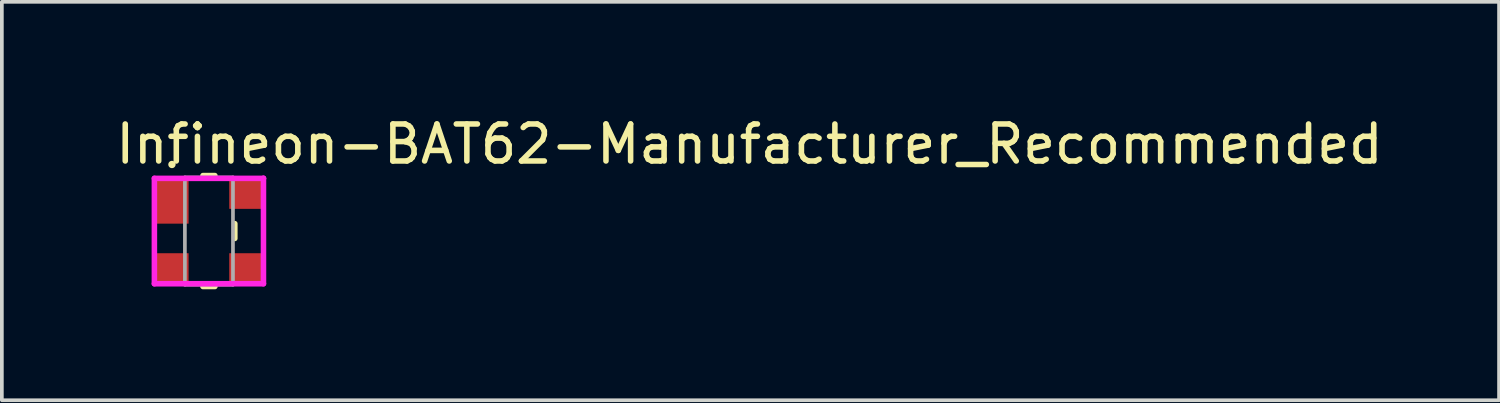
<source format=kicad_pcb>
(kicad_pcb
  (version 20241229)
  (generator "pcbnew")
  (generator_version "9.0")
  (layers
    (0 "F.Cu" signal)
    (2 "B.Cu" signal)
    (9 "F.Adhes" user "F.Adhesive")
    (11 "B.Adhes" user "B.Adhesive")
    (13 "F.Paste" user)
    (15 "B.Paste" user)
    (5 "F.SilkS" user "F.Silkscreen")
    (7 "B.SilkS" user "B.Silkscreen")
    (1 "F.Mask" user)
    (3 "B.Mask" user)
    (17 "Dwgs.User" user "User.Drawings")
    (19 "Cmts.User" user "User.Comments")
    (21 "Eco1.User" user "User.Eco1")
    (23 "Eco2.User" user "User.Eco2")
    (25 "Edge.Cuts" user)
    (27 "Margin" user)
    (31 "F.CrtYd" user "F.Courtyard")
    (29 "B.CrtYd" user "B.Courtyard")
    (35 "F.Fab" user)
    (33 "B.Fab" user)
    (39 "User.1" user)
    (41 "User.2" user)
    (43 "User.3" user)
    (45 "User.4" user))
  (footprint "Infineon-BAT62-Manufacturer_Recommended"
    (layer "F.Cu")
    (at 2.6 3.198)
    (property "Reference" "Infineon-BAT62-Manufacturer_Recommended" (at -2.6 -2.35 0) (layer "F.SilkS") (effects (font (size 1 1) (thickness 0.15)) (justify left)))
    (attr through_hole)
    (fp_line (start -0.161 -1.5) (end 0.161 -1.5) (stroke (width 0.15) (type solid)) (layer "F.SilkS"))
    (fp_line (start -0.161 1.5) (end 0.161 1.5) (stroke (width 0.15) (type solid)) (layer "F.SilkS"))
    (fp_line (start 0.7 0.2) (end 0.7 -0.2) (stroke (width 0.15) (type solid)) (layer "F.SilkS"))
    (fp_circle (center -1 -1.8) (end -0.95 -1.8) (stroke (width 0.1) (type solid)) (fill no) (layer "F.SilkS"))
    (fp_line (start -1.475 -1.425) (end -1.475 1.425) (stroke (width 0.15) (type solid)) (layer "F.CrtYd"))
    (fp_line (start -1.475 1.425) (end 1.475 1.425) (stroke (width 0.15) (type solid)) (layer "F.CrtYd"))
    (fp_line (start 1.475 -1.425) (end -1.475 -1.425) (stroke (width 0.15) (type solid)) (layer "F.CrtYd"))
    (fp_line (start 1.475 -1.425) (end 1.475 -1.425) (stroke (width 0.15) (type solid)) (layer "F.CrtYd"))
    (fp_line (start 1.475 1.425) (end 1.475 -1.425) (stroke (width 0.15) (type solid)) (layer "F.CrtYd"))
    (fp_line (start -0.65 -1.45) (end 0.65 -1.45) (stroke (width 0.1) (type solid)) (layer "F.Fab"))
    (fp_line (start -0.65 1.45) (end -0.65 -1.45) (stroke (width 0.1) (type solid)) (layer "F.Fab"))
    (fp_line (start -0.65 1.45) (end 0.65 1.45) (stroke (width 0.1) (type solid)) (layer "F.Fab"))
    (fp_line (start 0.65 1.45) (end 0.65 -1.45) (stroke (width 0.1) (type solid)) (layer "F.Fab"))
    (pad "1" smd rect (at -1 -0.8 270) (size 1.2 0.9) (layers "F.Cu" "F.Mask" "F.Paste"))
    (pad "2" smd rect (at -1 1 270) (size 0.8 0.9) (layers "F.Cu" "F.Mask" "F.Paste"))
    (pad "3" smd rect (at 1 1 270) (size 0.8 0.9) (layers "F.Cu" "F.Mask" "F.Paste"))
    (pad "4" smd rect (at 1 -1 270) (size 0.8 0.9) (layers "F.Cu" "F.Mask" "F.Paste")))
  (gr_rect
    (start -3 -3)
    (end 37.488 7.773)
    (stroke (width 0.1) (type default))
    (fill no)
    (layer "Edge.Cuts")))
</source>
